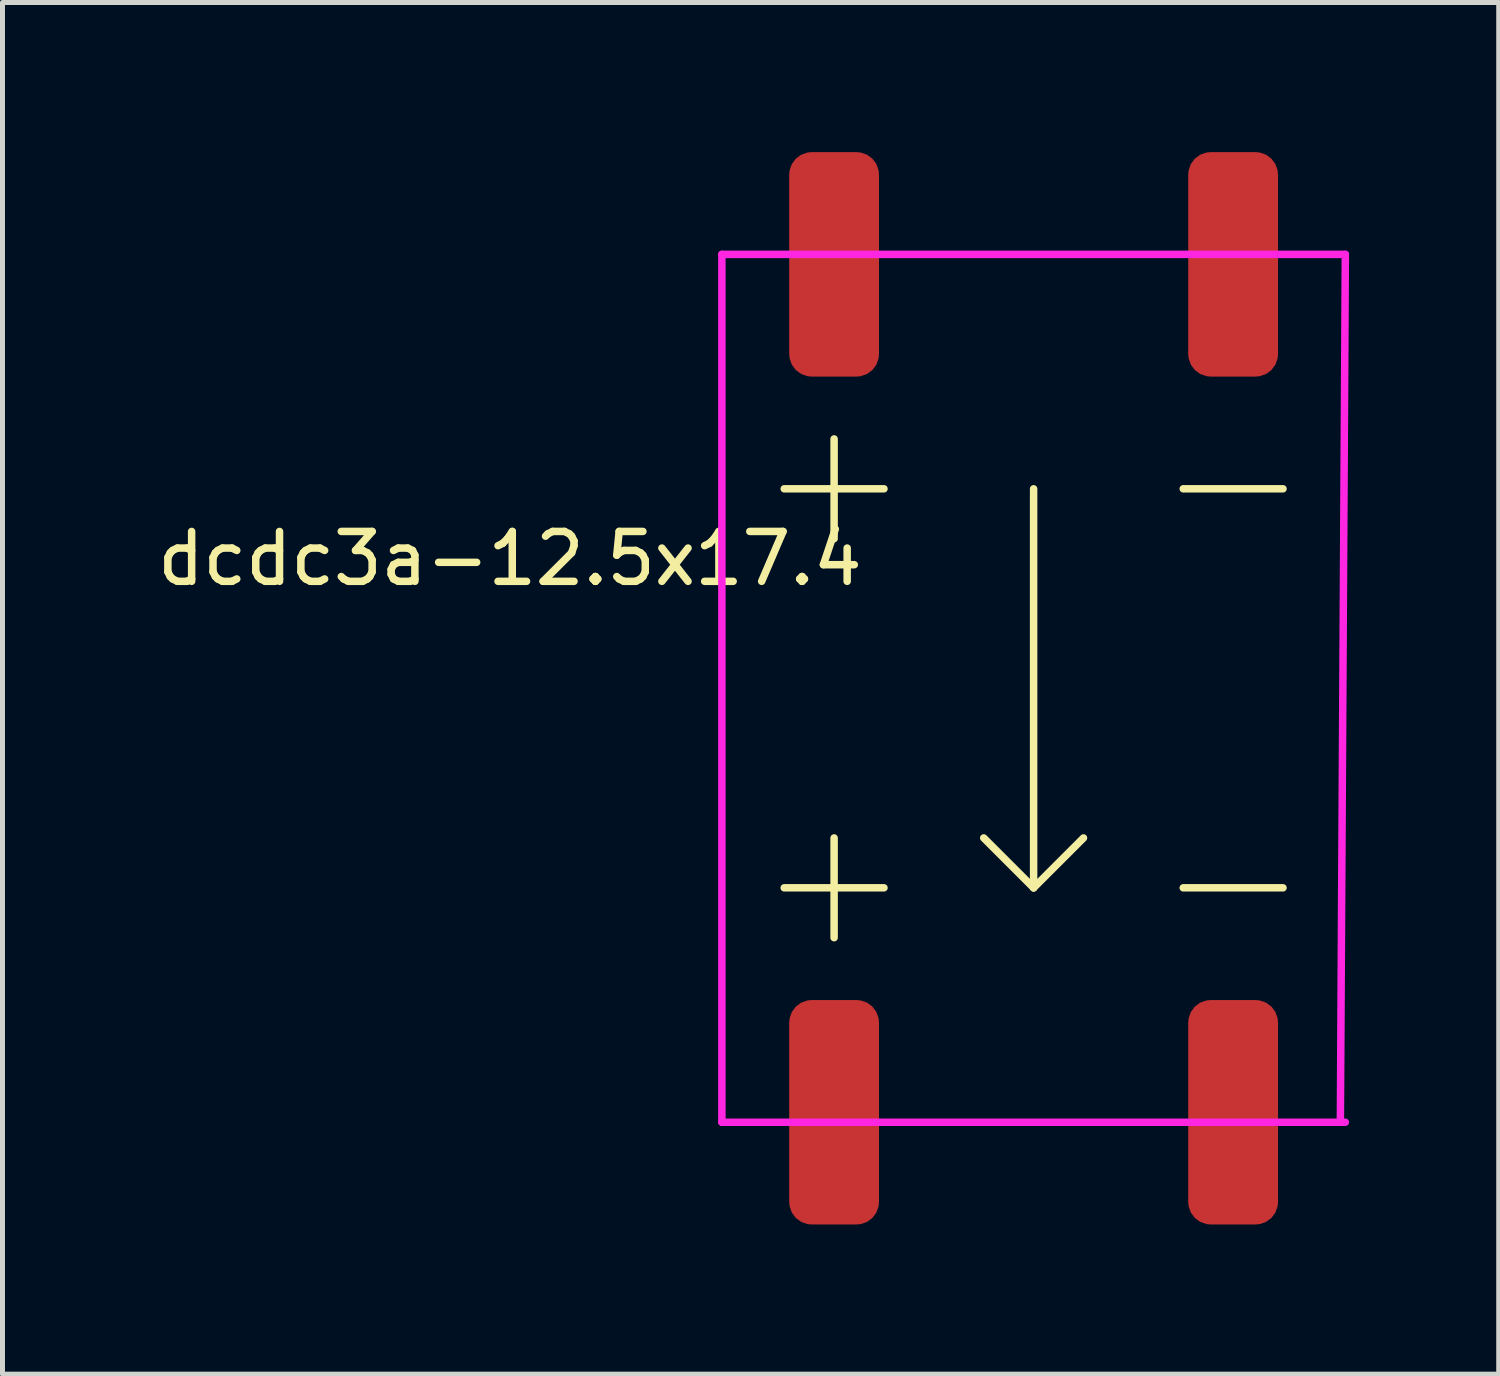
<source format=kicad_pcb>
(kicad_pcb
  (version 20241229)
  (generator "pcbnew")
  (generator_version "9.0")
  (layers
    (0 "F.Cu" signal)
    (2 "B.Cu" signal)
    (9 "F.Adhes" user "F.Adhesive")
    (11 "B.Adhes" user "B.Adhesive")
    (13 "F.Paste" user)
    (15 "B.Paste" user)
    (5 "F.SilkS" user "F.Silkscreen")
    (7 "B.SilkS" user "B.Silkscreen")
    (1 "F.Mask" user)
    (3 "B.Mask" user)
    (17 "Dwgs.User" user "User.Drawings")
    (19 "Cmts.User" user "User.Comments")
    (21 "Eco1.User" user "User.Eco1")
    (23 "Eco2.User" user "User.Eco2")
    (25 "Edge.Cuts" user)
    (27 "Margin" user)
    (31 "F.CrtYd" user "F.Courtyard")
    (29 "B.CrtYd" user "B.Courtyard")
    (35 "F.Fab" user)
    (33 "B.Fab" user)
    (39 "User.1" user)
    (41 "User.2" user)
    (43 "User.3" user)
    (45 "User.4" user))
  (footprint "dcdc3a-12.5x17.4"
    (layer "F.Cu")
    (at 17.673 10.75)
    (property "Reference" "dcdc3a-12.5x17.4" (at -10.5 -2.6 180) (layer "F.SilkS") (effects (font (size 1 1) (thickness 0.15))))
    (attr through_hole)
    (fp_line (start -5 -4) (end -3 -4) (stroke (width 0.15) (type solid)) (layer "F.SilkS"))
    (fp_line (start -5 4) (end -3 4) (stroke (width 0.15) (type solid)) (layer "F.SilkS"))
    (fp_line (start -4 -5) (end -4 -3) (stroke (width 0.15) (type solid)) (layer "F.SilkS"))
    (fp_line (start -4 3) (end -4 5) (stroke (width 0.15) (type solid)) (layer "F.SilkS"))
    (fp_line (start 0 -4) (end 0 4) (stroke (width 0.15) (type solid)) (layer "F.SilkS"))
    (fp_line (start 0 4) (end -1 3) (stroke (width 0.15) (type solid)) (layer "F.SilkS"))
    (fp_line (start 0 4) (end 1 3) (stroke (width 0.15) (type solid)) (layer "F.SilkS"))
    (fp_line (start 3 -4) (end 5 -4) (stroke (width 0.15) (type solid)) (layer "F.SilkS"))
    (fp_line (start 3 4) (end 5 4) (stroke (width 0.15) (type solid)) (layer "F.SilkS"))
    (fp_line (start -6.25 -8.7) (end -6.25 8.7) (stroke (width 0.15) (type solid)) (layer "F.CrtYd"))
    (fp_line (start -6.25 -8.7) (end 6.25 -8.7) (stroke (width 0.15) (type solid)) (layer "F.CrtYd"))
    (fp_line (start -6.25 8.7) (end 6.25 8.7) (stroke (width 0.15) (type solid)) (layer "F.CrtYd"))
    (fp_line (start 6.25 -8.7) (end 6.15 8.7) (stroke (width 0.15) (type solid)) (layer "F.CrtYd"))
    (pad "1" smd roundrect (at -4 -8.5) (size 1.8 4.5) (layers "F.Cu" "F.Mask" "F.Paste") (roundrect_rratio 0.25))
    (pad "2" smd roundrect (at 4 -8.5) (size 1.8 4.5) (layers "F.Cu" "F.Mask" "F.Paste") (roundrect_rratio 0.25))
    (pad "3" smd roundrect (at -4 8.5) (size 1.8 4.5) (layers "F.Cu" "F.Mask" "F.Paste") (roundrect_rratio 0.25))
    (pad "4" smd roundrect (at 4 8.5) (size 1.8 4.5) (layers "F.Cu" "F.Mask" "F.Paste") (roundrect_rratio 0.25)))
  (gr_rect
    (start -3 -3)
    (end 26.998 24.5)
    (stroke (width 0.1) (type default))
    (fill no)
    (layer "Edge.Cuts")))
</source>
